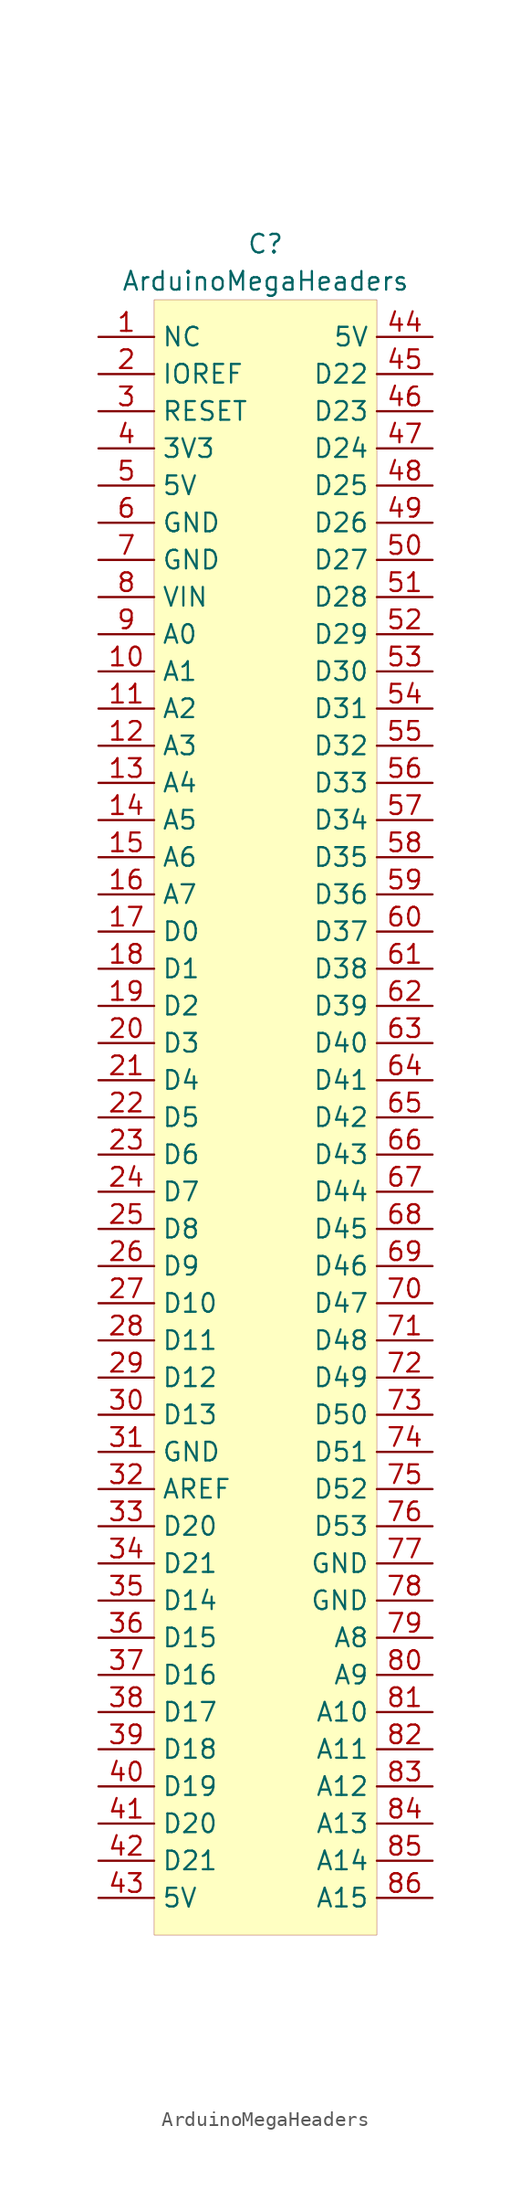
<source format=kicad_sym>
(kicad_symbol_lib
  (version 20200126)
  (host kicad_symbol_editor "5.99.0-unknown-40250c4~101~ubuntu20.04.1")
  (symbol "JBC_mechanical:ArduinoMegaHeaders"
    (property "Reference" "C\n"
      (at 0 59.69 0)
      (effects (font (size 1.27 1.27))))
    (property "Value" "ArduinoMegaHeaders"
      (at 0 57.15 0)
      (effects (font (size 1.27 1.27))))
    (symbol "ArduinoMegaHeaders_0_1"
      (rectangle (start -7.62 55.88) (end 7.62 -55.88) (stroke (width 0.001)) (fill (type background))))
    (symbol "ArduinoMegaHeaders_1_1"
      (pin bidirectional line (at -11.43 53.34 0) (length 3.81) (name "NC" (effects (font (size 1.27 1.27)))) (number "1" (effects (font (size 1.27 1.27)))))
      (pin bidirectional line (at -11.43 50.8 0) (length 3.81) (name "IOREF" (effects (font (size 1.27 1.27)))) (number "2" (effects (font (size 1.27 1.27)))))
      (pin bidirectional line (at -11.43 48.26 0) (length 3.81) (name "RESET" (effects (font (size 1.27 1.27)))) (number "3" (effects (font (size 1.27 1.27)))))
      (pin bidirectional line (at -11.43 45.72 0) (length 3.81) (name "3V3" (effects (font (size 1.27 1.27)))) (number "4" (effects (font (size 1.27 1.27)))))
      (pin bidirectional line (at -11.43 43.18 0) (length 3.81) (name "5V" (effects (font (size 1.27 1.27)))) (number "5" (effects (font (size 1.27 1.27)))))
      (pin bidirectional line (at -11.43 40.64 0) (length 3.81) (name "GND" (effects (font (size 1.27 1.27)))) (number "6" (effects (font (size 1.27 1.27)))))
      (pin bidirectional line (at -11.43 38.1 0) (length 3.81) (name "GND" (effects (font (size 1.27 1.27)))) (number "7" (effects (font (size 1.27 1.27)))))
      (pin bidirectional line (at -11.43 35.56 0) (length 3.81) (name "VIN" (effects (font (size 1.27 1.27)))) (number "8" (effects (font (size 1.27 1.27)))))
      (pin bidirectional line (at -11.43 33.02 0) (length 3.81) (name "A0" (effects (font (size 1.27 1.27)))) (number "9" (effects (font (size 1.27 1.27)))))
      (pin bidirectional line (at -11.43 30.48 0) (length 3.81) (name "A1" (effects (font (size 1.27 1.27)))) (number "10" (effects (font (size 1.27 1.27)))))
      (pin bidirectional line (at -11.43 27.94 0) (length 3.81) (name "A2" (effects (font (size 1.27 1.27)))) (number "11" (effects (font (size 1.27 1.27)))))
      (pin bidirectional line (at -11.43 25.4 0) (length 3.81) (name "A3" (effects (font (size 1.27 1.27)))) (number "12" (effects (font (size 1.27 1.27)))))
      (pin bidirectional line (at -11.43 22.86 0) (length 3.81) (name "A4" (effects (font (size 1.27 1.27)))) (number "13" (effects (font (size 1.27 1.27)))))
      (pin bidirectional line (at -11.43 20.32 0) (length 3.81) (name "A5" (effects (font (size 1.27 1.27)))) (number "14" (effects (font (size 1.27 1.27)))))
      (pin bidirectional line (at -11.43 17.78 0) (length 3.81) (name "A6" (effects (font (size 1.27 1.27)))) (number "15" (effects (font (size 1.27 1.27)))))
      (pin bidirectional line (at -11.43 15.24 0) (length 3.81) (name "A7" (effects (font (size 1.27 1.27)))) (number "16" (effects (font (size 1.27 1.27)))))
      (pin bidirectional line (at -11.43 12.7 0) (length 3.81) (name "D0" (effects (font (size 1.27 1.27)))) (number "17" (effects (font (size 1.27 1.27)))))
      (pin bidirectional line (at -11.43 10.16 0) (length 3.81) (name "D1" (effects (font (size 1.27 1.27)))) (number "18" (effects (font (size 1.27 1.27)))))
      (pin bidirectional line (at -11.43 7.62 0) (length 3.81) (name "D2" (effects (font (size 1.27 1.27)))) (number "19" (effects (font (size 1.27 1.27)))))
      (pin bidirectional line (at -11.43 5.08 0) (length 3.81) (name "D3" (effects (font (size 1.27 1.27)))) (number "20" (effects (font (size 1.27 1.27)))))
      (pin bidirectional line (at -11.43 2.54 0) (length 3.81) (name "D4" (effects (font (size 1.27 1.27)))) (number "21" (effects (font (size 1.27 1.27)))))
      (pin bidirectional line (at -11.43 0 0) (length 3.81) (name "D5" (effects (font (size 1.27 1.27)))) (number "22" (effects (font (size 1.27 1.27)))))
      (pin bidirectional line (at -11.43 -2.54 0) (length 3.81) (name "D6" (effects (font (size 1.27 1.27)))) (number "23" (effects (font (size 1.27 1.27)))))
      (pin bidirectional line (at -11.43 -5.08 0) (length 3.81) (name "D7" (effects (font (size 1.27 1.27)))) (number "24" (effects (font (size 1.27 1.27)))))
      (pin bidirectional line (at -11.43 -7.62 0) (length 3.81) (name "D8" (effects (font (size 1.27 1.27)))) (number "25" (effects (font (size 1.27 1.27)))))
      (pin bidirectional line (at -11.43 -10.16 0) (length 3.81) (name "D9" (effects (font (size 1.27 1.27)))) (number "26" (effects (font (size 1.27 1.27)))))
      (pin bidirectional line (at -11.43 -12.7 0) (length 3.81) (name "D10" (effects (font (size 1.27 1.27)))) (number "27" (effects (font (size 1.27 1.27)))))
      (pin bidirectional line (at -11.43 -15.24 0) (length 3.81) (name "D11" (effects (font (size 1.27 1.27)))) (number "28" (effects (font (size 1.27 1.27)))))
      (pin bidirectional line (at -11.43 -17.78 0) (length 3.81) (name "D12" (effects (font (size 1.27 1.27)))) (number "29" (effects (font (size 1.27 1.27)))))
      (pin bidirectional line (at -11.43 -20.32 0) (length 3.81) (name "D13" (effects (font (size 1.27 1.27)))) (number "30" (effects (font (size 1.27 1.27)))))
      (pin bidirectional line (at -11.43 -22.86 0) (length 3.81) (name "GND" (effects (font (size 1.27 1.27)))) (number "31" (effects (font (size 1.27 1.27)))))
      (pin bidirectional line (at -11.43 -25.4 0) (length 3.81) (name "AREF" (effects (font (size 1.27 1.27)))) (number "32" (effects (font (size 1.27 1.27)))))
      (pin bidirectional line (at -11.43 -27.94 0) (length 3.81) (name "D20" (effects (font (size 1.27 1.27)))) (number "33" (effects (font (size 1.27 1.27)))))
      (pin bidirectional line (at -11.43 -30.48 0) (length 3.81) (name "D21" (effects (font (size 1.27 1.27)))) (number "34" (effects (font (size 1.27 1.27)))))
      (pin bidirectional line (at -11.43 -33.02 0) (length 3.81) (name "D14" (effects (font (size 1.27 1.27)))) (number "35" (effects (font (size 1.27 1.27)))))
      (pin bidirectional line (at -11.43 -35.56 0) (length 3.81) (name "D15" (effects (font (size 1.27 1.27)))) (number "36" (effects (font (size 1.27 1.27)))))
      (pin bidirectional line (at -11.43 -38.1 0) (length 3.81) (name "D16" (effects (font (size 1.27 1.27)))) (number "37" (effects (font (size 1.27 1.27)))))
      (pin bidirectional line (at -11.43 -40.64 0) (length 3.81) (name "D17" (effects (font (size 1.27 1.27)))) (number "38" (effects (font (size 1.27 1.27)))))
      (pin bidirectional line (at -11.43 -43.18 0) (length 3.81) (name "D18" (effects (font (size 1.27 1.27)))) (number "39" (effects (font (size 1.27 1.27)))))
      (pin bidirectional line (at -11.43 -45.72 0) (length 3.81) (name "D19" (effects (font (size 1.27 1.27)))) (number "40" (effects (font (size 1.27 1.27)))))
      (pin bidirectional line (at -11.43 -48.26 0) (length 3.81) (name "D20" (effects (font (size 1.27 1.27)))) (number "41" (effects (font (size 1.27 1.27)))))
      (pin bidirectional line (at -11.43 -50.8 0) (length 3.81) (name "D21" (effects (font (size 1.27 1.27)))) (number "42" (effects (font (size 1.27 1.27)))))
      (pin bidirectional line (at -11.43 -53.34 0) (length 3.81) (name "5V" (effects (font (size 1.27 1.27)))) (number "43" (effects (font (size 1.27 1.27)))))
      (pin bidirectional line (at 11.43 53.34 180) (length 3.81) (name "5V" (effects (font (size 1.27 1.27)))) (number "44" (effects (font (size 1.27 1.27)))))
      (pin bidirectional line (at 11.43 50.8 180) (length 3.81) (name "D22" (effects (font (size 1.27 1.27)))) (number "45" (effects (font (size 1.27 1.27)))))
      (pin bidirectional line (at 11.43 48.26 180) (length 3.81) (name "D23" (effects (font (size 1.27 1.27)))) (number "46" (effects (font (size 1.27 1.27)))))
      (pin bidirectional line (at 11.43 45.72 180) (length 3.81) (name "D24" (effects (font (size 1.27 1.27)))) (number "47" (effects (font (size 1.27 1.27)))))
      (pin bidirectional line (at 11.43 43.18 180) (length 3.81) (name "D25" (effects (font (size 1.27 1.27)))) (number "48" (effects (font (size 1.27 1.27)))))
      (pin bidirectional line (at 11.43 40.64 180) (length 3.81) (name "D26" (effects (font (size 1.27 1.27)))) (number "49" (effects (font (size 1.27 1.27)))))
      (pin bidirectional line (at 11.43 38.1 180) (length 3.81) (name "D27" (effects (font (size 1.27 1.27)))) (number "50" (effects (font (size 1.27 1.27)))))
      (pin bidirectional line (at 11.43 35.56 180) (length 3.81) (name "D28" (effects (font (size 1.27 1.27)))) (number "51" (effects (font (size 1.27 1.27)))))
      (pin bidirectional line (at 11.43 33.02 180) (length 3.81) (name "D29" (effects (font (size 1.27 1.27)))) (number "52" (effects (font (size 1.27 1.27)))))
      (pin bidirectional line (at 11.43 30.48 180) (length 3.81) (name "D30" (effects (font (size 1.27 1.27)))) (number "53" (effects (font (size 1.27 1.27)))))
      (pin bidirectional line (at 11.43 27.94 180) (length 3.81) (name "D31" (effects (font (size 1.27 1.27)))) (number "54" (effects (font (size 1.27 1.27)))))
      (pin bidirectional line (at 11.43 25.4 180) (length 3.81) (name "D32" (effects (font (size 1.27 1.27)))) (number "55" (effects (font (size 1.27 1.27)))))
      (pin bidirectional line (at 11.43 22.86 180) (length 3.81) (name "D33" (effects (font (size 1.27 1.27)))) (number "56" (effects (font (size 1.27 1.27)))))
      (pin bidirectional line (at 11.43 20.32 180) (length 3.81) (name "D34" (effects (font (size 1.27 1.27)))) (number "57" (effects (font (size 1.27 1.27)))))
      (pin bidirectional line (at 11.43 17.78 180) (length 3.81) (name "D35" (effects (font (size 1.27 1.27)))) (number "58" (effects (font (size 1.27 1.27)))))
      (pin bidirectional line (at 11.43 15.24 180) (length 3.81) (name "D36" (effects (font (size 1.27 1.27)))) (number "59" (effects (font (size 1.27 1.27)))))
      (pin bidirectional line (at 11.43 12.7 180) (length 3.81) (name "D37" (effects (font (size 1.27 1.27)))) (number "60" (effects (font (size 1.27 1.27)))))
      (pin bidirectional line (at 11.43 10.16 180) (length 3.81) (name "D38" (effects (font (size 1.27 1.27)))) (number "61" (effects (font (size 1.27 1.27)))))
      (pin bidirectional line (at 11.43 7.62 180) (length 3.81) (name "D39" (effects (font (size 1.27 1.27)))) (number "62" (effects (font (size 1.27 1.27)))))
      (pin bidirectional line (at 11.43 5.08 180) (length 3.81) (name "D40" (effects (font (size 1.27 1.27)))) (number "63" (effects (font (size 1.27 1.27)))))
      (pin bidirectional line (at 11.43 2.54 180) (length 3.81) (name "D41" (effects (font (size 1.27 1.27)))) (number "64" (effects (font (size 1.27 1.27)))))
      (pin bidirectional line (at 11.43 0 180) (length 3.81) (name "D42" (effects (font (size 1.27 1.27)))) (number "65" (effects (font (size 1.27 1.27)))))
      (pin bidirectional line (at 11.43 -2.54 180) (length 3.81) (name "D43" (effects (font (size 1.27 1.27)))) (number "66" (effects (font (size 1.27 1.27)))))
      (pin bidirectional line (at 11.43 -5.08 180) (length 3.81) (name "D44" (effects (font (size 1.27 1.27)))) (number "67" (effects (font (size 1.27 1.27)))))
      (pin bidirectional line (at 11.43 -7.62 180) (length 3.81) (name "D45" (effects (font (size 1.27 1.27)))) (number "68" (effects (font (size 1.27 1.27)))))
      (pin bidirectional line (at 11.43 -10.16 180) (length 3.81) (name "D46" (effects (font (size 1.27 1.27)))) (number "69" (effects (font (size 1.27 1.27)))))
      (pin bidirectional line (at 11.43 -12.7 180) (length 3.81) (name "D47" (effects (font (size 1.27 1.27)))) (number "70" (effects (font (size 1.27 1.27)))))
      (pin bidirectional line (at 11.43 -15.24 180) (length 3.81) (name "D48" (effects (font (size 1.27 1.27)))) (number "71" (effects (font (size 1.27 1.27)))))
      (pin bidirectional line (at 11.43 -17.78 180) (length 3.81) (name "D49" (effects (font (size 1.27 1.27)))) (number "72" (effects (font (size 1.27 1.27)))))
      (pin bidirectional line (at 11.43 -20.32 180) (length 3.81) (name "D50" (effects (font (size 1.27 1.27)))) (number "73" (effects (font (size 1.27 1.27)))))
      (pin bidirectional line (at 11.43 -22.86 180) (length 3.81) (name "D51" (effects (font (size 1.27 1.27)))) (number "74" (effects (font (size 1.27 1.27)))))
      (pin bidirectional line (at 11.43 -25.4 180) (length 3.81) (name "D52" (effects (font (size 1.27 1.27)))) (number "75" (effects (font (size 1.27 1.27)))))
      (pin bidirectional line (at 11.43 -27.94 180) (length 3.81) (name "D53" (effects (font (size 1.27 1.27)))) (number "76" (effects (font (size 1.27 1.27)))))
      (pin bidirectional line (at 11.43 -30.48 180) (length 3.81) (name "GND" (effects (font (size 1.27 1.27)))) (number "77" (effects (font (size 1.27 1.27)))))
      (pin bidirectional line (at 11.43 -33.02 180) (length 3.81) (name "GND" (effects (font (size 1.27 1.27)))) (number "78" (effects (font (size 1.27 1.27)))))
      (pin bidirectional line (at 11.43 -35.56 180) (length 3.81) (name "A8" (effects (font (size 1.27 1.27)))) (number "79" (effects (font (size 1.27 1.27)))))
      (pin bidirectional line (at 11.43 -38.1 180) (length 3.81) (name "A9" (effects (font (size 1.27 1.27)))) (number "80" (effects (font (size 1.27 1.27)))))
      (pin bidirectional line (at 11.43 -40.64 180) (length 3.81) (name "A10" (effects (font (size 1.27 1.27)))) (number "81" (effects (font (size 1.27 1.27)))))
      (pin bidirectional line (at 11.43 -43.18 180) (length 3.81) (name "A11" (effects (font (size 1.27 1.27)))) (number "82" (effects (font (size 1.27 1.27)))))
      (pin bidirectional line (at 11.43 -45.72 180) (length 3.81) (name "A12" (effects (font (size 1.27 1.27)))) (number "83" (effects (font (size 1.27 1.27)))))
      (pin bidirectional line (at 11.43 -48.26 180) (length 3.81) (name "A13" (effects (font (size 1.27 1.27)))) (number "84" (effects (font (size 1.27 1.27)))))
      (pin bidirectional line (at 11.43 -50.8 180) (length 3.81) (name "A14" (effects (font (size 1.27 1.27)))) (number "85" (effects (font (size 1.27 1.27)))))
      (pin bidirectional line (at 11.43 -53.34 180) (length 3.81) (name "A15" (effects (font (size 1.27 1.27)))) (number "86" (effects (font (size 1.27 1.27))))))))
</source>
